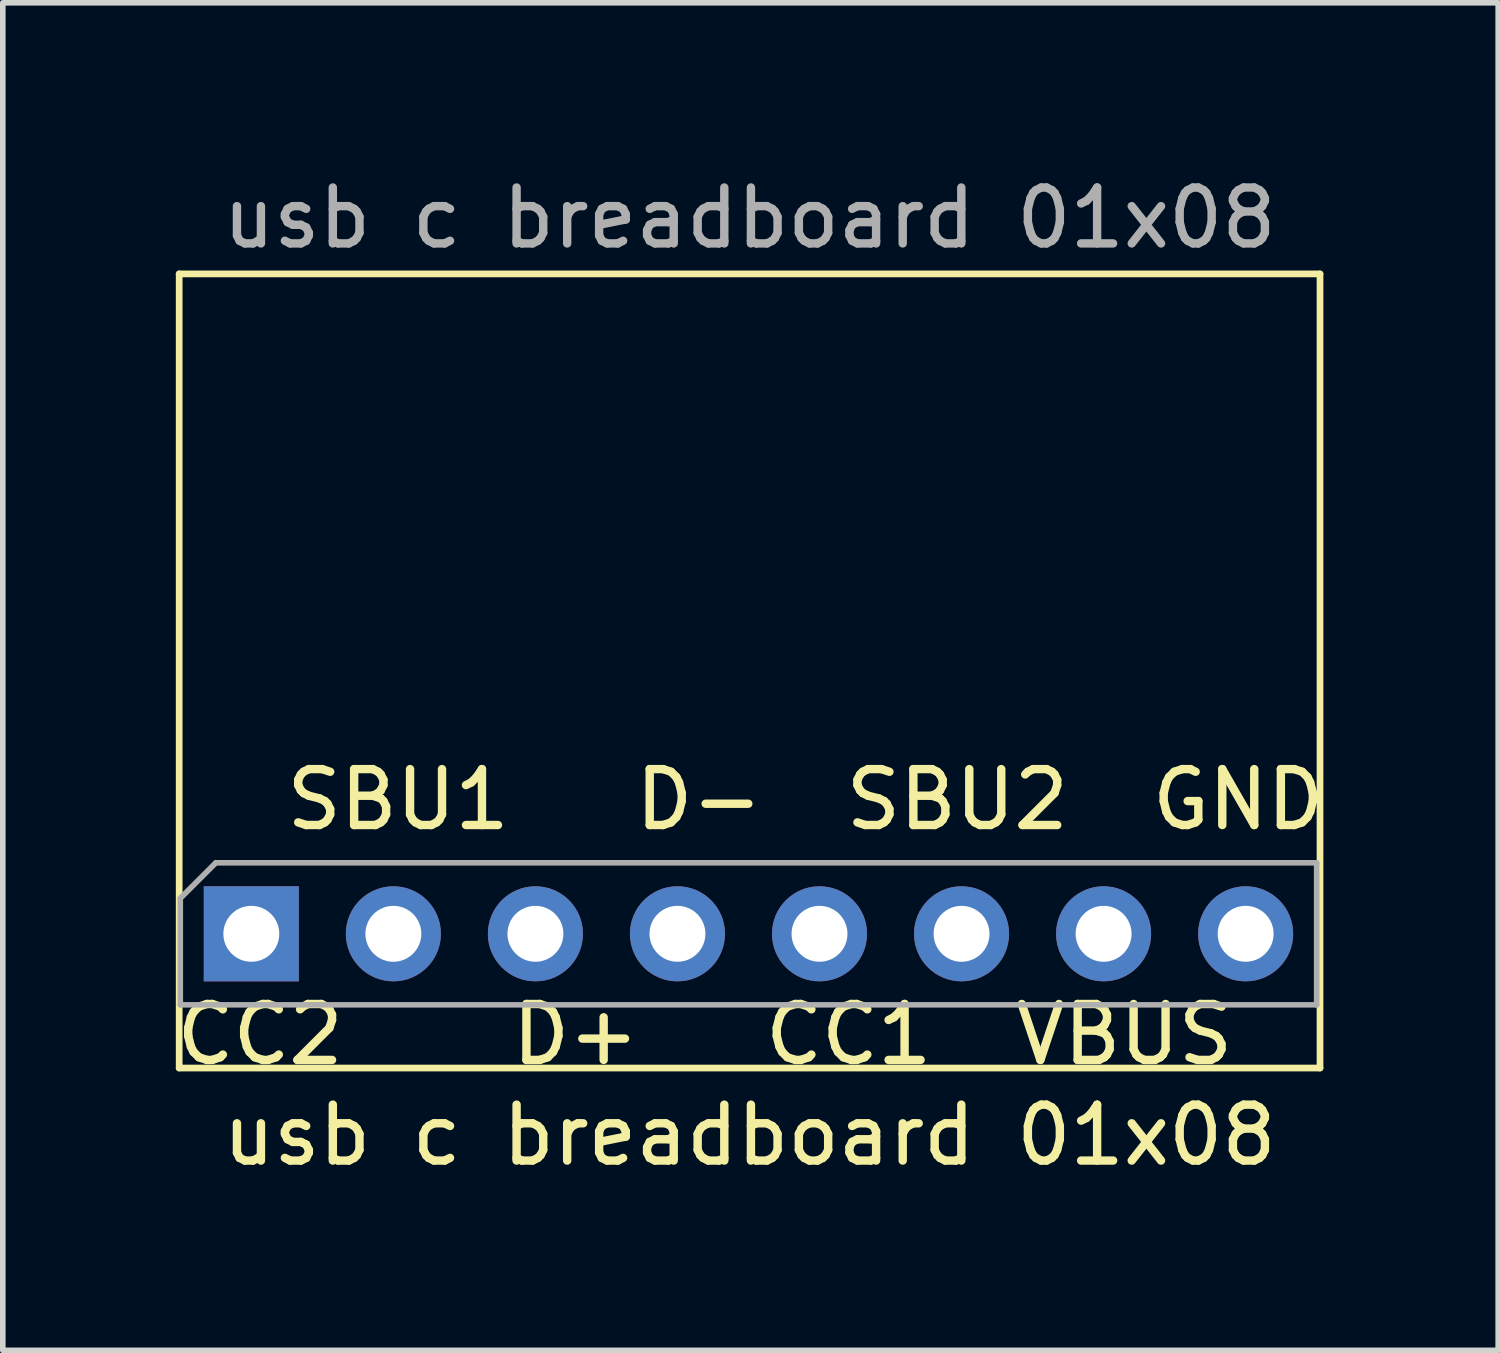
<source format=kicad_pcb>
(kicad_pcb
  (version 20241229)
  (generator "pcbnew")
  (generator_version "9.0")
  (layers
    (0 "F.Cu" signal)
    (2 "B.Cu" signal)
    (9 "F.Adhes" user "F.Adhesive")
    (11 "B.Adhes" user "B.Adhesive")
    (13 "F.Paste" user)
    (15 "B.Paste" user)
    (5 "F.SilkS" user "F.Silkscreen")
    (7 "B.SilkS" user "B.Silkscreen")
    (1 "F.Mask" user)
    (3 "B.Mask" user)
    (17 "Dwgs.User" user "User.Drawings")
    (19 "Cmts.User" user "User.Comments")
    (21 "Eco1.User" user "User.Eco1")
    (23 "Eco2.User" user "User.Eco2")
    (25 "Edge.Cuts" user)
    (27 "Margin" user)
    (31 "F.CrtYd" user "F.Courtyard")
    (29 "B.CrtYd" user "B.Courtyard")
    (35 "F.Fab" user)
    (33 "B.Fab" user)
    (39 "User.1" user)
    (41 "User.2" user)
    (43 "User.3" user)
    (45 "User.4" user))
  (footprint "usb c breadboard 01x08"
    (layer "F.Cu")
    (at 10.354 13.648)
    (property "Reference" "usb c breadboard 01x08" (at 0 3.6 0) (unlocked yes) (layer "F.SilkS") (effects (font (size 1 1) (thickness 0.15))))
    (attr through_hole)
    (fp_line (start -10.2 2.4) (end -10.2 -11.8) (stroke (width 0.12) (type solid)) (layer "F.SilkS"))
    (fp_line (start 10.2 -11.8) (end -10.2 -11.8) (stroke (width 0.12) (type solid)) (layer "F.SilkS"))
    (fp_line (start 10.2 2.4) (end -10.2 2.4) (stroke (width 0.12) (type solid)) (layer "F.SilkS"))
    (fp_line (start 10.2 2.4) (end 10.2 -11.8) (stroke (width 0.12) (type solid)) (layer "F.SilkS"))
    (fp_line (start -10.18 -0.635) (end -9.545 -1.27) (stroke (width 0.1) (type solid)) (layer "F.Fab"))
    (fp_line (start -10.18 1.27) (end -10.18 -0.635) (stroke (width 0.1) (type solid)) (layer "F.Fab"))
    (fp_line (start -9.545 -1.27) (end 10.14 -1.27) (stroke (width 0.1) (type solid)) (layer "F.Fab"))
    (fp_line (start 10.14 -1.27) (end 10.14 1.27) (stroke (width 0.1) (type solid)) (layer "F.Fab"))
    (fp_line (start 10.14 1.27) (end -10.18 1.27) (stroke (width 0.1) (type solid)) (layer "F.Fab"))
    (fp_text user "SBU1   D-  SBU2  GND" (at 1 -2.4 0) (unlocked yes) (layer "F.SilkS") (effects (font (size 1 1) (thickness 0.15))))
    (fp_text user "CC2    D+   CC1  VBUS" (at -0.8 1.8 0) (unlocked yes) (layer "F.SilkS") (effects (font (size 1 1) (thickness 0.15))))
    (fp_text user "${REFERENCE}" (at 0 -12.8 180) (layer "F.Fab") (effects (font (size 1 1) (thickness 0.15))))
    (pad "1" thru_hole rect (at -8.91 0 90) (size 1.7 1.7) (drill 1) (layers "*.Cu" "*.Mask"))
    (pad "2" thru_hole oval (at -6.37 0 90) (size 1.7 1.7) (drill 1) (layers "*.Cu" "*.Mask"))
    (pad "3" thru_hole oval (at -3.83 0 90) (size 1.7 1.7) (drill 1) (layers "*.Cu" "*.Mask"))
    (pad "4" thru_hole oval (at -1.29 0 90) (size 1.7 1.7) (drill 1) (layers "*.Cu" "*.Mask"))
    (pad "5" thru_hole oval (at 1.25 0 90) (size 1.7 1.7) (drill 1) (layers "*.Cu" "*.Mask"))
    (pad "6" thru_hole oval (at 3.79 0 90) (size 1.7 1.7) (drill 1) (layers "*.Cu" "*.Mask"))
    (pad "7" thru_hole oval (at 6.33 0 90) (size 1.7 1.7) (drill 1) (layers "*.Cu" "*.Mask"))
    (pad "8" thru_hole oval (at 8.87 0 90) (size 1.7 1.7) (drill 1) (layers "*.Cu" "*.Mask")))
  (gr_rect
    (start -3 -3)
    (end 23.74 21.096)
    (stroke (width 0.1) (type default))
    (fill no)
    (layer "Edge.Cuts")))
</source>
